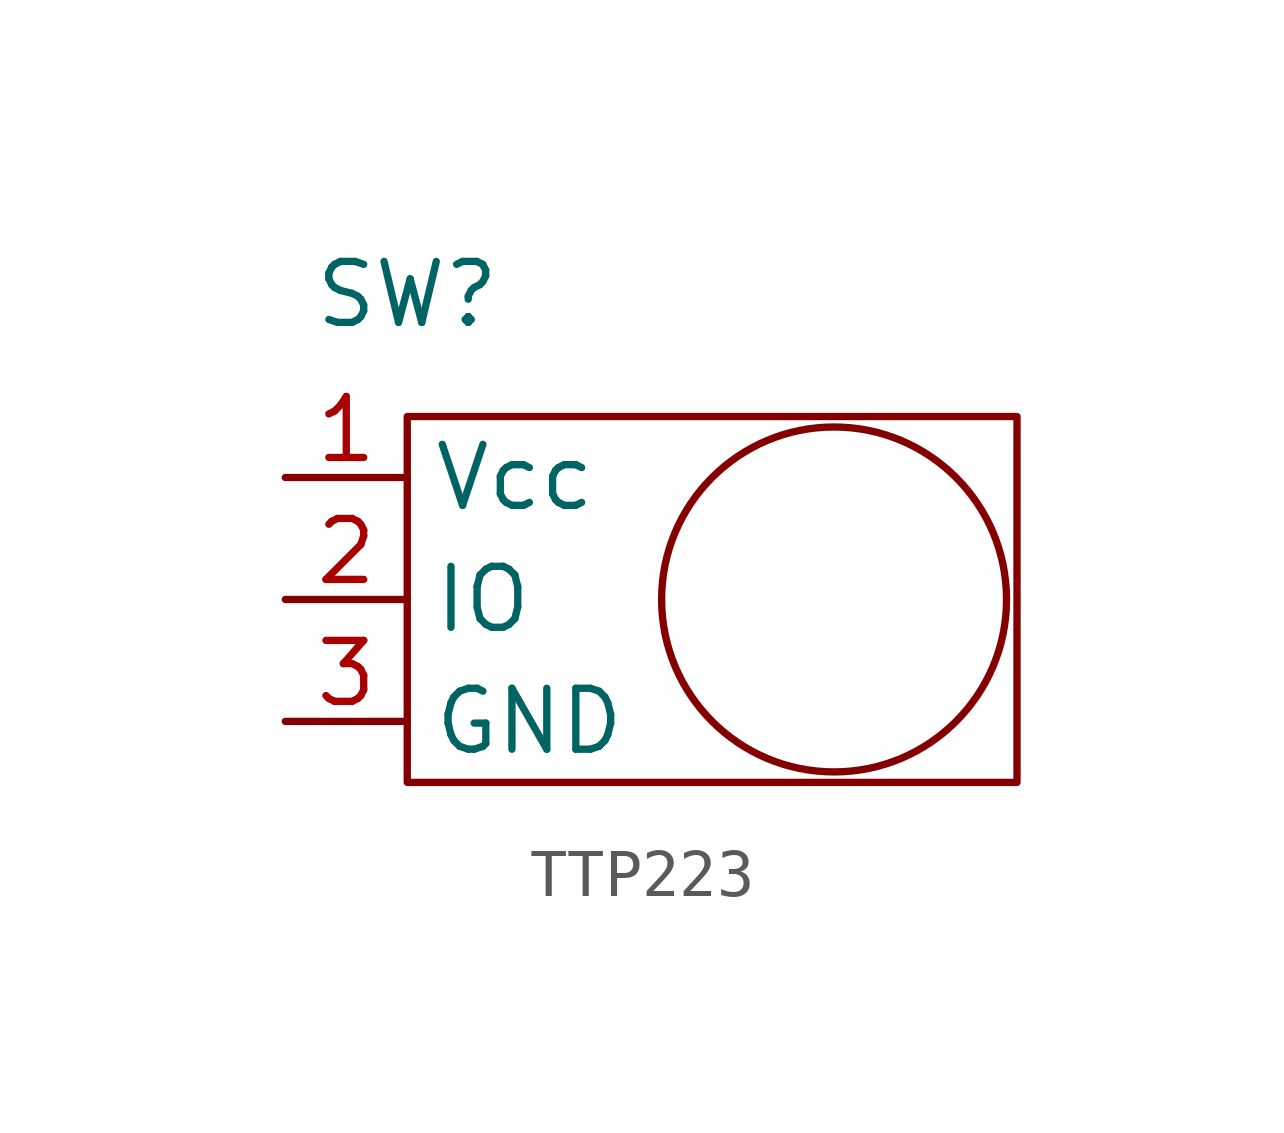
<source format=kicad_sym>
(kicad_symbol_lib
  (version 20220914)
  (generator kicad_symbol_editor)
  (symbol "TTP223"
    (property "Reference" "SW"
      (at 0 6.35 0)
      (effects (font (size 1.27 1.27))))
    (property "Value" ""
      (at 0 0 0)
      (effects (font (size 1.27 1.27))))
    (symbol "TTP223_0_1"
      (rectangle (start 0 3.81) (end 12.7 -3.81) (stroke (width 0) (type default)) (fill (type none)))
      (circle (center 8.89 0) (radius 3.592) (stroke (width 0) (type default)) (fill (type none))))
    (symbol "TTP223_1_1"
      (pin passive line (at -2.54 2.54 0) (length 2.54) (name "Vcc" (effects (font (size 1.27 1.27)))) (number "1" (effects (font (size 1.27 1.27)))))
      (pin passive line (at -2.54 0 0) (length 2.54) (name "IO" (effects (font (size 1.27 1.27)))) (number "2" (effects (font (size 1.27 1.27)))))
      (pin passive line (at -2.54 -2.54 0) (length 2.54) (name "GND" (effects (font (size 1.27 1.27)))) (number "3" (effects (font (size 1.27 1.27))))))))
</source>
